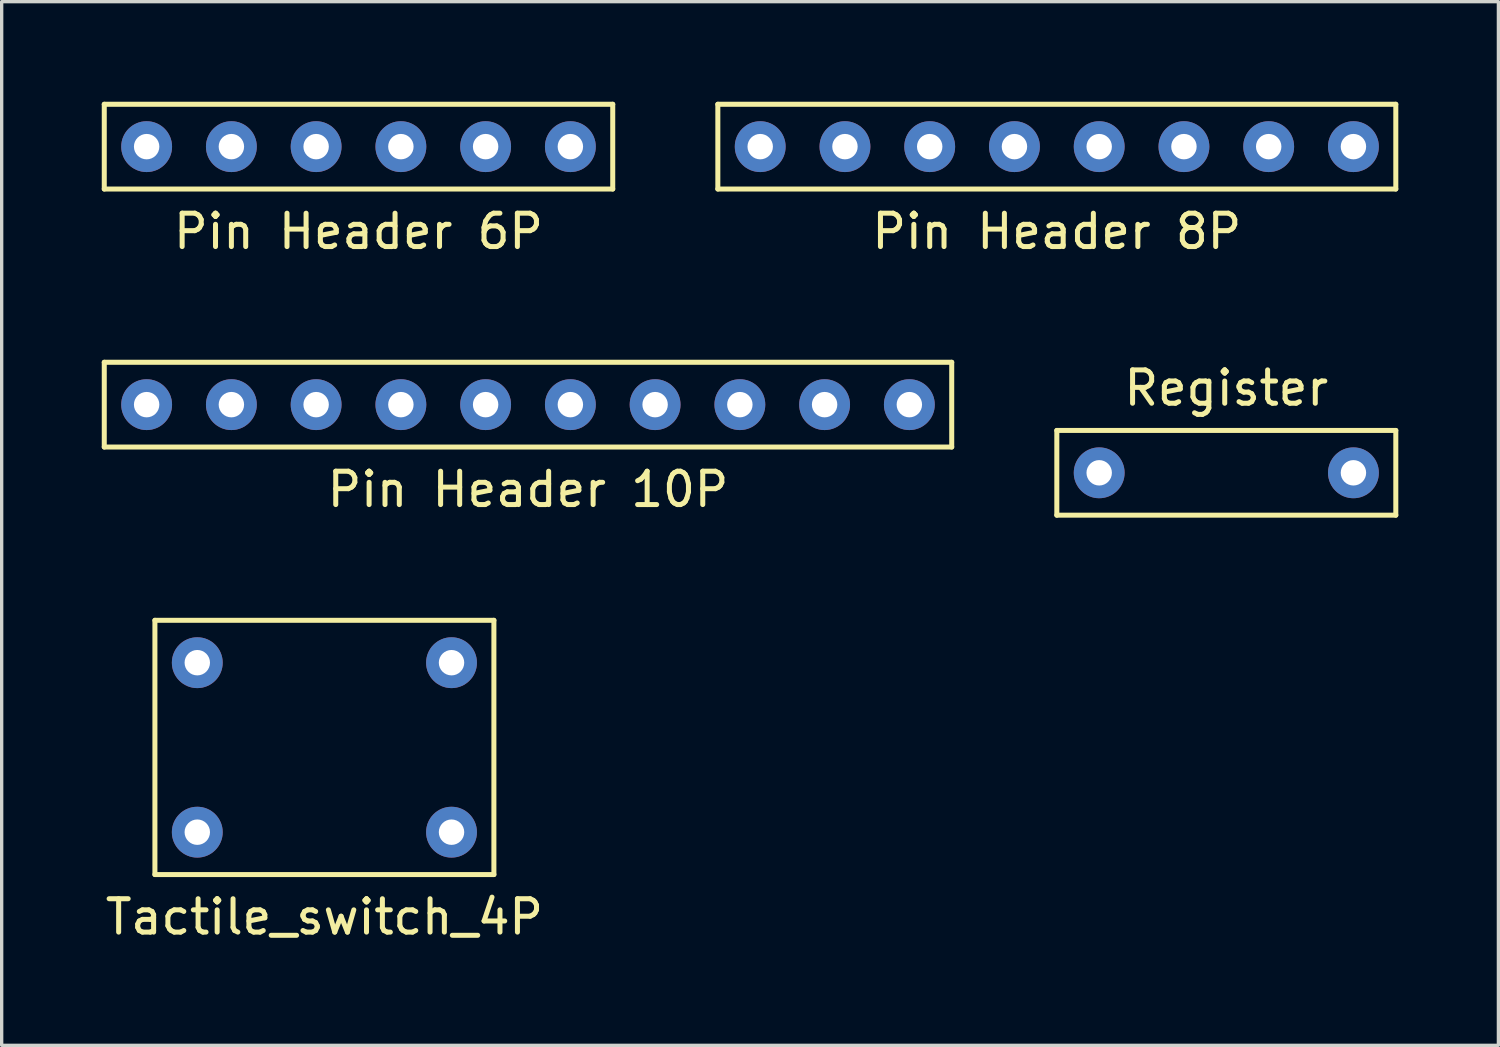
<source format=kicad_pcb>
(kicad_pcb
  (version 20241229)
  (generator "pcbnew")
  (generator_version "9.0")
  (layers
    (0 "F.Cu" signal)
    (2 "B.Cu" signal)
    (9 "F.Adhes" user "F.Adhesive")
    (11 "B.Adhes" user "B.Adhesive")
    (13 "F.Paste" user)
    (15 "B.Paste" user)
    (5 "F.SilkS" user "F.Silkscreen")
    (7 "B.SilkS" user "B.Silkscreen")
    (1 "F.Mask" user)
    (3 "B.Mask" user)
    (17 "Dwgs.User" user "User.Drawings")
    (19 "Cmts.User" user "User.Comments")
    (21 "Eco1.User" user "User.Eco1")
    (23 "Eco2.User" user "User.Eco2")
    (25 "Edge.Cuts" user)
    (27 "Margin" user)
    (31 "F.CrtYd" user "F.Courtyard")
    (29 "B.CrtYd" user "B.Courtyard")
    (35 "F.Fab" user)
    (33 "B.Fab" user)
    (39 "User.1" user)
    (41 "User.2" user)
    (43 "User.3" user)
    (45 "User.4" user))
  (footprint "Pin Header 6P"
    (layer "F.Cu")
    (at 7.695 1.345)
    (property "Reference" "Pin Header 6P" (at 0 2.54 0) (layer "F.SilkS") (effects (font (size 1 1) (thickness 0.15))))
    (attr through_hole)
    (fp_line (start -7.62 -1.27) (end -7.62 1.27) (stroke (width 0.15) (type solid)) (layer "F.SilkS"))
    (fp_line (start -7.62 1.27) (end 7.62 1.27) (stroke (width 0.15) (type solid)) (layer "F.SilkS"))
    (fp_line (start 7.62 -1.27) (end -7.62 -1.27) (stroke (width 0.15) (type solid)) (layer "F.SilkS"))
    (fp_line (start 7.62 1.27) (end 7.62 -1.27) (stroke (width 0.15) (type solid)) (layer "F.SilkS"))
    (pad "1" thru_hole circle (at -6.35 0) (size 1.524 1.524) (drill 0.762) (layers "*.Cu" "*.Mask"))
    (pad "2" thru_hole circle (at -3.81 0) (size 1.524 1.524) (drill 0.762) (layers "*.Cu" "*.Mask"))
    (pad "3" thru_hole circle (at -1.27 0) (size 1.524 1.524) (drill 0.762) (layers "*.Cu" "*.Mask"))
    (pad "4" thru_hole circle (at 1.27 0) (size 1.524 1.524) (drill 0.762) (layers "*.Cu" "*.Mask"))
    (pad "5" thru_hole circle (at 3.81 0) (size 1.524 1.524) (drill 0.762) (layers "*.Cu" "*.Mask"))
    (pad "6" thru_hole circle (at 6.35 0) (size 1.524 1.524) (drill 0.762) (layers "*.Cu" "*.Mask")))
  (footprint "Pin Header 8P"
    (layer "F.Cu")
    (at 28.625 1.345)
    (property "Reference" "Pin Header 8P" (at 0 2.54 0) (layer "F.SilkS") (effects (font (size 1 1) (thickness 0.15))))
    (attr through_hole)
    (fp_line (start -10.16 -1.27) (end -10.16 1.27) (stroke (width 0.15) (type solid)) (layer "F.SilkS"))
    (fp_line (start -10.16 1.27) (end 10.16 1.27) (stroke (width 0.15) (type solid)) (layer "F.SilkS"))
    (fp_line (start 10.16 -1.27) (end -10.16 -1.27) (stroke (width 0.15) (type solid)) (layer "F.SilkS"))
    (fp_line (start 10.16 1.27) (end 10.16 -1.27) (stroke (width 0.15) (type solid)) (layer "F.SilkS"))
    (pad "1" thru_hole circle (at -8.89 0) (size 1.524 1.524) (drill 0.762) (layers "*.Cu" "*.Mask"))
    (pad "2" thru_hole circle (at -6.35 0) (size 1.524 1.524) (drill 0.762) (layers "*.Cu" "*.Mask"))
    (pad "3" thru_hole circle (at -3.81 0) (size 1.524 1.524) (drill 0.762) (layers "*.Cu" "*.Mask"))
    (pad "4" thru_hole circle (at -1.27 0) (size 1.524 1.524) (drill 0.762) (layers "*.Cu" "*.Mask"))
    (pad "5" thru_hole circle (at 1.27 0) (size 1.524 1.524) (drill 0.762) (layers "*.Cu" "*.Mask"))
    (pad "6" thru_hole circle (at 3.81 0) (size 1.524 1.524) (drill 0.762) (layers "*.Cu" "*.Mask"))
    (pad "7" thru_hole circle (at 6.35 0) (size 1.524 1.524) (drill 0.762) (layers "*.Cu" "*.Mask"))
    (pad "8" thru_hole circle (at 8.89 0) (size 1.524 1.524) (drill 0.762) (layers "*.Cu" "*.Mask")))
  (footprint "Register"
    (layer "F.Cu")
    (at 33.705 11.121)
    (property "Reference" "Register" (at 0 -2.54 0) (layer "F.SilkS") (effects (font (size 1 1) (thickness 0.15))))
    (attr through_hole)
    (fp_line (start -5.08 -1.27) (end -5.08 1.27) (stroke (width 0.15) (type solid)) (layer "F.SilkS"))
    (fp_line (start -5.08 -1.27) (end 5.08 -1.27) (stroke (width 0.15) (type solid)) (layer "F.SilkS"))
    (fp_line (start -5.08 1.27) (end 5.08 1.27) (stroke (width 0.15) (type solid)) (layer "F.SilkS"))
    (fp_line (start 5.08 1.27) (end 5.08 -1.27) (stroke (width 0.15) (type solid)) (layer "F.SilkS"))
    (pad "1" thru_hole circle (at -3.81 0) (size 1.524 1.524) (drill 0.762) (layers "*.Cu" "*.Mask"))
    (pad "2" thru_hole circle (at 3.81 0) (size 1.524 1.524) (drill 0.762) (layers "*.Cu" "*.Mask")))
  (footprint "Pin Header 10P"
    (layer "F.Cu")
    (at 12.775 9.078)
    (property "Reference" "Pin Header 10P" (at 0 2.54 0) (layer "F.SilkS") (effects (font (size 1 1) (thickness 0.15))))
    (attr through_hole)
    (fp_line (start -12.7 -1.27) (end -12.7 1.27) (stroke (width 0.15) (type solid)) (layer "F.SilkS"))
    (fp_line (start -12.7 1.27) (end 12.7 1.27) (stroke (width 0.15) (type solid)) (layer "F.SilkS"))
    (fp_line (start 12.7 -1.27) (end -12.7 -1.27) (stroke (width 0.15) (type solid)) (layer "F.SilkS"))
    (fp_line (start 12.7 1.27) (end 12.7 -1.27) (stroke (width 0.15) (type solid)) (layer "F.SilkS"))
    (pad "1" thru_hole circle (at -11.43 0) (size 1.524 1.524) (drill 0.762) (layers "*.Cu" "*.Mask"))
    (pad "2" thru_hole circle (at -8.89 0) (size 1.524 1.524) (drill 0.762) (layers "*.Cu" "*.Mask"))
    (pad "3" thru_hole circle (at -6.35 0) (size 1.524 1.524) (drill 0.762) (layers "*.Cu" "*.Mask"))
    (pad "4" thru_hole circle (at -3.81 0) (size 1.524 1.524) (drill 0.762) (layers "*.Cu" "*.Mask"))
    (pad "5" thru_hole circle (at -1.27 0) (size 1.524 1.524) (drill 0.762) (layers "*.Cu" "*.Mask"))
    (pad "6" thru_hole circle (at 1.27 0) (size 1.524 1.524) (drill 0.762) (layers "*.Cu" "*.Mask"))
    (pad "7" thru_hole circle (at 3.81 0) (size 1.524 1.524) (drill 0.762) (layers "*.Cu" "*.Mask"))
    (pad "8" thru_hole circle (at 6.35 0) (size 1.524 1.524) (drill 0.762) (layers "*.Cu" "*.Mask"))
    (pad "9" thru_hole circle (at 8.89 0) (size 1.524 1.524) (drill 0.762) (layers "*.Cu" "*.Mask"))
    (pad "10" thru_hole circle (at 11.43 0) (size 1.524 1.524) (drill 0.762) (layers "*.Cu" "*.Mask")))
  (footprint "Tactile_switch_4P"
    (layer "F.Cu")
    (at 6.673 19.352)
    (property "Reference" "Tactile_switch_4P" (at 0 5.08 0) (layer "F.SilkS") (effects (font (size 1 1) (thickness 0.15))))
    (attr through_hole)
    (fp_line (start -5.08 -3.81) (end -5.08 3.81) (stroke (width 0.15) (type solid)) (layer "F.SilkS"))
    (fp_line (start -5.08 3.81) (end 5.08 3.81) (stroke (width 0.15) (type solid)) (layer "F.SilkS"))
    (fp_line (start 5.08 -3.81) (end -5.08 -3.81) (stroke (width 0.15) (type solid)) (layer "F.SilkS"))
    (fp_line (start 5.08 3.81) (end 5.08 -3.81) (stroke (width 0.15) (type solid)) (layer "F.SilkS"))
    (pad "1" thru_hole circle (at -3.81 -2.54) (size 1.524 1.524) (drill 0.762) (layers "*.Cu" "*.Mask"))
    (pad "2" thru_hole circle (at -3.81 2.54) (size 1.524 1.524) (drill 0.762) (layers "*.Cu" "*.Mask"))
    (pad "3" thru_hole circle (at 3.81 -2.54) (size 1.524 1.524) (drill 0.762) (layers "*.Cu" "*.Mask"))
    (pad "4" thru_hole circle (at 3.81 2.54) (size 1.524 1.524) (drill 0.762) (layers "*.Cu" "*.Mask")))
  (gr_rect
    (start -3 -3)
    (end 41.86 28.28)
    (stroke (width 0.1) (type default))
    (fill no)
    (layer "Edge.Cuts")))
</source>
